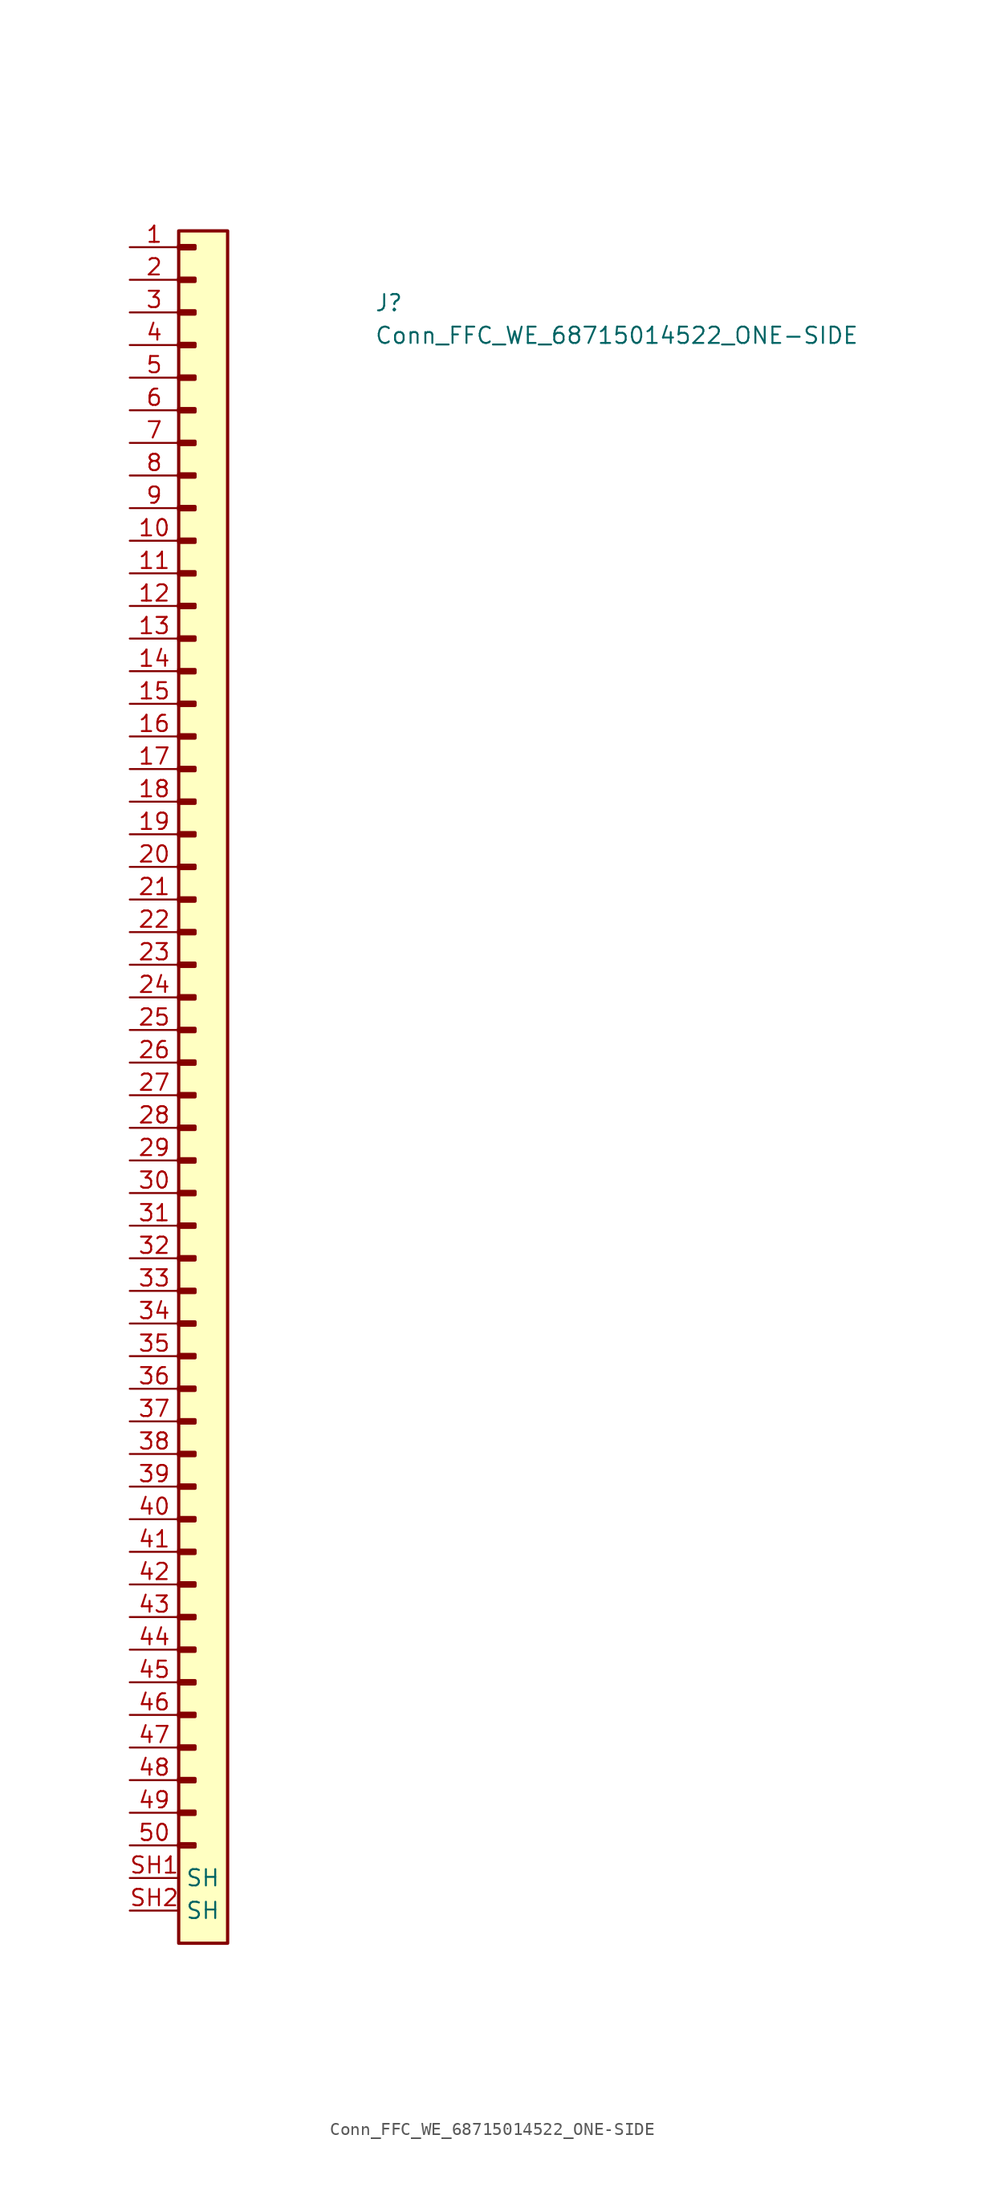
<source format=kicad_sym>
(kicad_symbol_lib
  (version 20211014)
  (generator kicad_symbol_editor)
  (symbol "Conn_FFC_WE_68715014522_ONE-SIDE"
    (property "Reference" "J"
      (at 19.05 -5.08 0)
      (effects (font (size 1.27 1.27) (thickness 0.15)) (justify left bottom)))
    (property "Value" "Conn_FFC_WE_68715014522_ONE-SIDE"
      (at 19.05 -7.62 0)
      (effects (font (size 1.27 1.27) (thickness 0.15)) (justify left bottom)))
    (symbol "Conn_FFC_WE_68715014522_ONE-SIDE_1_1"
      (rectangle (start 3.81 -124.333) (end 5.08 -124.587) (stroke (width 0.254) (type default) (color 0 0 0 0)) (fill (type background)))
      (rectangle (start 3.81 -121.793) (end 5.08 -122.047) (stroke (width 0.254) (type default) (color 0 0 0 0)) (fill (type background)))
      (rectangle (start 3.81 -119.253) (end 5.08 -119.507) (stroke (width 0.254) (type default) (color 0 0 0 0)) (fill (type background)))
      (rectangle (start 3.81 -116.713) (end 5.08 -116.967) (stroke (width 0.254) (type default) (color 0 0 0 0)) (fill (type background)))
      (rectangle (start 3.81 -114.173) (end 5.08 -114.427) (stroke (width 0.254) (type default) (color 0 0 0 0)) (fill (type background)))
      (rectangle (start 3.81 -111.633) (end 5.08 -111.887) (stroke (width 0.254) (type default) (color 0 0 0 0)) (fill (type background)))
      (rectangle (start 3.81 -109.093) (end 5.08 -109.347) (stroke (width 0.254) (type default) (color 0 0 0 0)) (fill (type background)))
      (rectangle (start 3.81 -106.553) (end 5.08 -106.807) (stroke (width 0.254) (type default) (color 0 0 0 0)) (fill (type background)))
      (rectangle (start 3.81 -104.013) (end 5.08 -104.267) (stroke (width 0.254) (type default) (color 0 0 0 0)) (fill (type background)))
      (rectangle (start 3.81 -101.473) (end 5.08 -101.727) (stroke (width 0.254) (type default) (color 0 0 0 0)) (fill (type background)))
      (rectangle (start 3.81 -98.933) (end 5.08 -99.187) (stroke (width 0.254) (type default) (color 0 0 0 0)) (fill (type background)))
      (rectangle (start 3.81 -96.393) (end 5.08 -96.647) (stroke (width 0.254) (type default) (color 0 0 0 0)) (fill (type background)))
      (rectangle (start 3.81 -93.853) (end 5.08 -94.107) (stroke (width 0.254) (type default) (color 0 0 0 0)) (fill (type background)))
      (rectangle (start 3.81 -91.313) (end 5.08 -91.567) (stroke (width 0.254) (type default) (color 0 0 0 0)) (fill (type background)))
      (rectangle (start 3.81 -88.773) (end 5.08 -89.027) (stroke (width 0.254) (type default) (color 0 0 0 0)) (fill (type background)))
      (rectangle (start 3.81 -86.233) (end 5.08 -86.487) (stroke (width 0.254) (type default) (color 0 0 0 0)) (fill (type background)))
      (rectangle (start 3.81 -83.693) (end 5.08 -83.947) (stroke (width 0.254) (type default) (color 0 0 0 0)) (fill (type background)))
      (rectangle (start 3.81 -81.153) (end 5.08 -81.407) (stroke (width 0.254) (type default) (color 0 0 0 0)) (fill (type background)))
      (rectangle (start 3.81 -78.613) (end 5.08 -78.867) (stroke (width 0.254) (type default) (color 0 0 0 0)) (fill (type background)))
      (rectangle (start 3.81 -76.073) (end 5.08 -76.327) (stroke (width 0.254) (type default) (color 0 0 0 0)) (fill (type background)))
      (rectangle (start 3.81 -73.533) (end 5.08 -73.787) (stroke (width 0.254) (type default) (color 0 0 0 0)) (fill (type background)))
      (rectangle (start 3.81 -70.993) (end 5.08 -71.247) (stroke (width 0.254) (type default) (color 0 0 0 0)) (fill (type background)))
      (rectangle (start 3.81 -68.453) (end 5.08 -68.707) (stroke (width 0.254) (type default) (color 0 0 0 0)) (fill (type background)))
      (rectangle (start 3.81 -65.913) (end 5.08 -66.167) (stroke (width 0.254) (type default) (color 0 0 0 0)) (fill (type background)))
      (rectangle (start 3.81 -63.373) (end 5.08 -63.627) (stroke (width 0.254) (type default) (color 0 0 0 0)) (fill (type background)))
      (rectangle (start 3.81 -60.833) (end 5.08 -61.087) (stroke (width 0.254) (type default) (color 0 0 0 0)) (fill (type background)))
      (rectangle (start 3.81 -58.293) (end 5.08 -58.547) (stroke (width 0.254) (type default) (color 0 0 0 0)) (fill (type background)))
      (rectangle (start 3.81 -55.753) (end 5.08 -56.007) (stroke (width 0.254) (type default) (color 0 0 0 0)) (fill (type background)))
      (rectangle (start 3.81 -53.213) (end 5.08 -53.467) (stroke (width 0.254) (type default) (color 0 0 0 0)) (fill (type background)))
      (rectangle (start 3.81 -50.673) (end 5.08 -50.927) (stroke (width 0.254) (type default) (color 0 0 0 0)) (fill (type background)))
      (rectangle (start 3.81 -48.133) (end 5.08 -48.387) (stroke (width 0.254) (type default) (color 0 0 0 0)) (fill (type background)))
      (rectangle (start 3.81 -45.593) (end 5.08 -45.847) (stroke (width 0.254) (type default) (color 0 0 0 0)) (fill (type background)))
      (rectangle (start 3.81 -43.053) (end 5.08 -43.307) (stroke (width 0.254) (type default) (color 0 0 0 0)) (fill (type background)))
      (rectangle (start 3.81 -40.513) (end 5.08 -40.767) (stroke (width 0.254) (type default) (color 0 0 0 0)) (fill (type background)))
      (rectangle (start 3.81 -37.973) (end 5.08 -38.227) (stroke (width 0.254) (type default) (color 0 0 0 0)) (fill (type background)))
      (rectangle (start 3.81 -35.433) (end 5.08 -35.687) (stroke (width 0.254) (type default) (color 0 0 0 0)) (fill (type background)))
      (rectangle (start 3.81 -32.893) (end 5.08 -33.147) (stroke (width 0.254) (type default) (color 0 0 0 0)) (fill (type background)))
      (rectangle (start 3.81 -30.353) (end 5.08 -30.607) (stroke (width 0.254) (type default) (color 0 0 0 0)) (fill (type background)))
      (rectangle (start 3.81 -27.813) (end 5.08 -28.067) (stroke (width 0.254) (type default) (color 0 0 0 0)) (fill (type background)))
      (rectangle (start 3.81 -25.273) (end 5.08 -25.527) (stroke (width 0.254) (type default) (color 0 0 0 0)) (fill (type background)))
      (rectangle (start 3.81 -22.733) (end 5.08 -22.987) (stroke (width 0.254) (type default) (color 0 0 0 0)) (fill (type background)))
      (rectangle (start 3.81 -20.193) (end 5.08 -20.447) (stroke (width 0.254) (type default) (color 0 0 0 0)) (fill (type background)))
      (rectangle (start 3.81 -17.653) (end 5.08 -17.907) (stroke (width 0.254) (type default) (color 0 0 0 0)) (fill (type background)))
      (rectangle (start 3.81 -15.113) (end 5.08 -15.367) (stroke (width 0.254) (type default) (color 0 0 0 0)) (fill (type background)))
      (rectangle (start 3.81 -12.573) (end 5.08 -12.827) (stroke (width 0.254) (type default) (color 0 0 0 0)) (fill (type background)))
      (rectangle (start 3.81 -10.033) (end 5.08 -10.287) (stroke (width 0.254) (type default) (color 0 0 0 0)) (fill (type background)))
      (rectangle (start 3.81 -7.493) (end 5.08 -7.747) (stroke (width 0.254) (type default) (color 0 0 0 0)) (fill (type background)))
      (rectangle (start 3.81 -4.953) (end 5.08 -5.207) (stroke (width 0.254) (type default) (color 0 0 0 0)) (fill (type background)))
      (rectangle (start 3.81 -2.413) (end 5.08 -2.667) (stroke (width 0.254) (type default) (color 0 0 0 0)) (fill (type background)))
      (rectangle (start 3.81 0.127) (end 5.08 -0.127) (stroke (width 0.254) (type default) (color 0 0 0 0)) (fill (type background)))
      (rectangle (start 3.81 1.27) (end 7.62 -132.08) (stroke (width 0.254) (type default) (color 0 0 0 0)) (fill (type background)))
      (pin passive line (at 0 0 0) (length 3.81) (name "~" (effects (font (size 1.27 1.27)))) (number "1" (effects (font (size 1.27 1.27)))))
      (pin passive line (at 0 -22.86 0) (length 3.81) (name "~" (effects (font (size 1.27 1.27)))) (number "10" (effects (font (size 1.27 1.27)))))
      (pin passive line (at 0 -25.4 0) (length 3.81) (name "~" (effects (font (size 1.27 1.27)))) (number "11" (effects (font (size 1.27 1.27)))))
      (pin passive line (at 0 -27.94 0) (length 3.81) (name "~" (effects (font (size 1.27 1.27)))) (number "12" (effects (font (size 1.27 1.27)))))
      (pin passive line (at 0 -30.48 0) (length 3.81) (name "~" (effects (font (size 1.27 1.27)))) (number "13" (effects (font (size 1.27 1.27)))))
      (pin passive line (at 0 -33.02 0) (length 3.81) (name "~" (effects (font (size 1.27 1.27)))) (number "14" (effects (font (size 1.27 1.27)))))
      (pin passive line (at 0 -35.56 0) (length 3.81) (name "~" (effects (font (size 1.27 1.27)))) (number "15" (effects (font (size 1.27 1.27)))))
      (pin passive line (at 0 -38.1 0) (length 3.81) (name "~" (effects (font (size 1.27 1.27)))) (number "16" (effects (font (size 1.27 1.27)))))
      (pin passive line (at 0 -40.64 0) (length 3.81) (name "~" (effects (font (size 1.27 1.27)))) (number "17" (effects (font (size 1.27 1.27)))))
      (pin passive line (at 0 -43.18 0) (length 3.81) (name "~" (effects (font (size 1.27 1.27)))) (number "18" (effects (font (size 1.27 1.27)))))
      (pin passive line (at 0 -45.72 0) (length 3.81) (name "~" (effects (font (size 1.27 1.27)))) (number "19" (effects (font (size 1.27 1.27)))))
      (pin passive line (at 0 -2.54 0) (length 3.81) (name "~" (effects (font (size 1.27 1.27)))) (number "2" (effects (font (size 1.27 1.27)))))
      (pin passive line (at 0 -48.26 0) (length 3.81) (name "~" (effects (font (size 1.27 1.27)))) (number "20" (effects (font (size 1.27 1.27)))))
      (pin passive line (at 0 -50.8 0) (length 3.81) (name "~" (effects (font (size 1.27 1.27)))) (number "21" (effects (font (size 1.27 1.27)))))
      (pin passive line (at 0 -53.34 0) (length 3.81) (name "~" (effects (font (size 1.27 1.27)))) (number "22" (effects (font (size 1.27 1.27)))))
      (pin passive line (at 0 -55.88 0) (length 3.81) (name "~" (effects (font (size 1.27 1.27)))) (number "23" (effects (font (size 1.27 1.27)))))
      (pin passive line (at 0 -58.42 0) (length 3.81) (name "~" (effects (font (size 1.27 1.27)))) (number "24" (effects (font (size 1.27 1.27)))))
      (pin passive line (at 0 -60.96 0) (length 3.81) (name "~" (effects (font (size 1.27 1.27)))) (number "25" (effects (font (size 1.27 1.27)))))
      (pin passive line (at 0 -63.5 0) (length 3.81) (name "~" (effects (font (size 1.27 1.27)))) (number "26" (effects (font (size 1.27 1.27)))))
      (pin passive line (at 0 -66.04 0) (length 3.81) (name "~" (effects (font (size 1.27 1.27)))) (number "27" (effects (font (size 1.27 1.27)))))
      (pin passive line (at 0 -68.58 0) (length 3.81) (name "~" (effects (font (size 1.27 1.27)))) (number "28" (effects (font (size 1.27 1.27)))))
      (pin passive line (at 0 -71.12 0) (length 3.81) (name "~" (effects (font (size 1.27 1.27)))) (number "29" (effects (font (size 1.27 1.27)))))
      (pin passive line (at 0 -5.08 0) (length 3.81) (name "~" (effects (font (size 1.27 1.27)))) (number "3" (effects (font (size 1.27 1.27)))))
      (pin passive line (at 0 -73.66 0) (length 3.81) (name "~" (effects (font (size 1.27 1.27)))) (number "30" (effects (font (size 1.27 1.27)))))
      (pin passive line (at 0 -76.2 0) (length 3.81) (name "~" (effects (font (size 1.27 1.27)))) (number "31" (effects (font (size 1.27 1.27)))))
      (pin passive line (at 0 -78.74 0) (length 3.81) (name "~" (effects (font (size 1.27 1.27)))) (number "32" (effects (font (size 1.27 1.27)))))
      (pin passive line (at 0 -81.28 0) (length 3.81) (name "~" (effects (font (size 1.27 1.27)))) (number "33" (effects (font (size 1.27 1.27)))))
      (pin passive line (at 0 -83.82 0) (length 3.81) (name "~" (effects (font (size 1.27 1.27)))) (number "34" (effects (font (size 1.27 1.27)))))
      (pin passive line (at 0 -86.36 0) (length 3.81) (name "~" (effects (font (size 1.27 1.27)))) (number "35" (effects (font (size 1.27 1.27)))))
      (pin passive line (at 0 -88.9 0) (length 3.81) (name "~" (effects (font (size 1.27 1.27)))) (number "36" (effects (font (size 1.27 1.27)))))
      (pin passive line (at 0 -91.44 0) (length 3.81) (name "~" (effects (font (size 1.27 1.27)))) (number "37" (effects (font (size 1.27 1.27)))))
      (pin passive line (at 0 -93.98 0) (length 3.81) (name "~" (effects (font (size 1.27 1.27)))) (number "38" (effects (font (size 1.27 1.27)))))
      (pin passive line (at 0 -96.52 0) (length 3.81) (name "~" (effects (font (size 1.27 1.27)))) (number "39" (effects (font (size 1.27 1.27)))))
      (pin passive line (at 0 -7.62 0) (length 3.81) (name "~" (effects (font (size 1.27 1.27)))) (number "4" (effects (font (size 1.27 1.27)))))
      (pin passive line (at 0 -99.06 0) (length 3.81) (name "~" (effects (font (size 1.27 1.27)))) (number "40" (effects (font (size 1.27 1.27)))))
      (pin passive line (at 0 -101.6 0) (length 3.81) (name "~" (effects (font (size 1.27 1.27)))) (number "41" (effects (font (size 1.27 1.27)))))
      (pin passive line (at 0 -104.14 0) (length 3.81) (name "~" (effects (font (size 1.27 1.27)))) (number "42" (effects (font (size 1.27 1.27)))))
      (pin passive line (at 0 -106.68 0) (length 3.81) (name "~" (effects (font (size 1.27 1.27)))) (number "43" (effects (font (size 1.27 1.27)))))
      (pin passive line (at 0 -109.22 0) (length 3.81) (name "~" (effects (font (size 1.27 1.27)))) (number "44" (effects (font (size 1.27 1.27)))))
      (pin passive line (at 0 -111.76 0) (length 3.81) (name "~" (effects (font (size 1.27 1.27)))) (number "45" (effects (font (size 1.27 1.27)))))
      (pin passive line (at 0 -114.3 0) (length 3.81) (name "~" (effects (font (size 1.27 1.27)))) (number "46" (effects (font (size 1.27 1.27)))))
      (pin passive line (at 0 -116.84 0) (length 3.81) (name "~" (effects (font (size 1.27 1.27)))) (number "47" (effects (font (size 1.27 1.27)))))
      (pin passive line (at 0 -119.38 0) (length 3.81) (name "~" (effects (font (size 1.27 1.27)))) (number "48" (effects (font (size 1.27 1.27)))))
      (pin passive line (at 0 -121.92 0) (length 3.81) (name "~" (effects (font (size 1.27 1.27)))) (number "49" (effects (font (size 1.27 1.27)))))
      (pin passive line (at 0 -10.16 0) (length 3.81) (name "~" (effects (font (size 1.27 1.27)))) (number "5" (effects (font (size 1.27 1.27)))))
      (pin passive line (at 0 -124.46 0) (length 3.81) (name "~" (effects (font (size 1.27 1.27)))) (number "50" (effects (font (size 1.27 1.27)))))
      (pin passive line (at 0 -12.7 0) (length 3.81) (name "~" (effects (font (size 1.27 1.27)))) (number "6" (effects (font (size 1.27 1.27)))))
      (pin passive line (at 0 -15.24 0) (length 3.81) (name "~" (effects (font (size 1.27 1.27)))) (number "7" (effects (font (size 1.27 1.27)))))
      (pin passive line (at 0 -17.78 0) (length 3.81) (name "~" (effects (font (size 1.27 1.27)))) (number "8" (effects (font (size 1.27 1.27)))))
      (pin passive line (at 0 -20.32 0) (length 3.81) (name "~" (effects (font (size 1.27 1.27)))) (number "9" (effects (font (size 1.27 1.27)))))
      (pin passive line (at 0 -127 0) (length 3.81) (name "SH" (effects (font (size 1.27 1.27)))) (number "SH1" (effects (font (size 1.27 1.27)))))
      (pin passive line (at 0 -129.54 0) (length 3.81) (name "SH" (effects (font (size 1.27 1.27)))) (number "SH2" (effects (font (size 1.27 1.27))))))))
</source>
